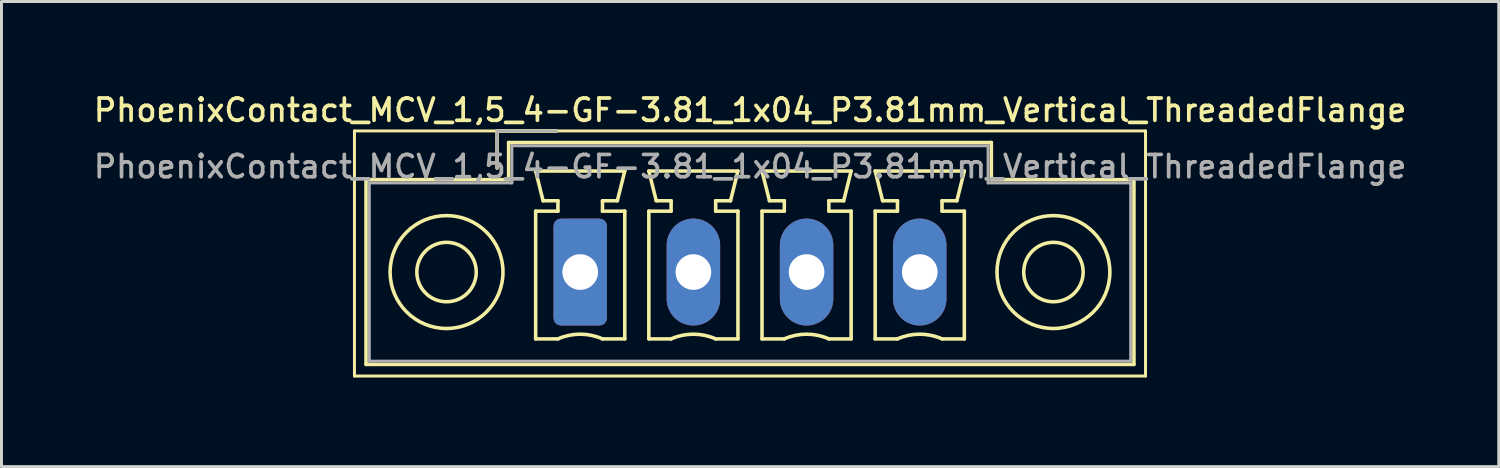
<source format=kicad_pcb>
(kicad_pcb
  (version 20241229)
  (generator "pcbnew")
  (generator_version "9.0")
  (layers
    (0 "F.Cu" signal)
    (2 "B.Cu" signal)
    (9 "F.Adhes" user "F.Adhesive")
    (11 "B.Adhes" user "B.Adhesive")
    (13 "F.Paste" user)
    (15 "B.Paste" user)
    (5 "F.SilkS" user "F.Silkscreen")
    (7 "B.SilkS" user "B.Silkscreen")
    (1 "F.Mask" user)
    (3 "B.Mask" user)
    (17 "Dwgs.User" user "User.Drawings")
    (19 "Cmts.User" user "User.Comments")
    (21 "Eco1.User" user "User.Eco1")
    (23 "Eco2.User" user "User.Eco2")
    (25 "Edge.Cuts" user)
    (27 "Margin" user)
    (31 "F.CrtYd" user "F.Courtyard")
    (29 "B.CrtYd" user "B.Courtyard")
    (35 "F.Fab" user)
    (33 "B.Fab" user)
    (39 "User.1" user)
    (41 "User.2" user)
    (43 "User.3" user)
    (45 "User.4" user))
  (footprint "PhoenixContact_MCV_1,5_4-GF-3.81_1x04_P3.81mm_Vertical_ThreadedFlange"
    (layer "F.Cu")
    (at 16.482 6.108)
    (property "Reference" "PhoenixContact_MCV_1,5_4-GF-3.81_1x04_P3.81mm_Vertical_ThreadedFlange" (at 5.72 -5.45 0) (layer "F.SilkS") (effects (font (size 0.75 0.75) (thickness 0.125))))
    (attr through_hole)
    (fp_line (start -7.6 -4.75) (end -7.6 3.5) (stroke (width 0.1) (type solid)) (layer "F.SilkS"))
    (fp_line (start -7.6 3.5) (end 19.03 3.5) (stroke (width 0.1) (type solid)) (layer "F.SilkS"))
    (fp_line (start -7.21 -3.11) (end -7.21 3.11) (stroke (width 0.12) (type solid)) (layer "F.SilkS"))
    (fp_line (start -7.21 3.11) (end 18.64 3.11) (stroke (width 0.12) (type solid)) (layer "F.SilkS"))
    (fp_line (start -2.8 -4.75) (end -0.8 -4.75) (stroke (width 0.12) (type solid)) (layer "F.SilkS"))
    (fp_line (start -2.8 -3.5) (end -2.8 -4.75) (stroke (width 0.12) (type solid)) (layer "F.SilkS"))
    (fp_line (start -2.41 -4.36) (end -2.41 -3.11) (stroke (width 0.12) (type solid)) (layer "F.SilkS"))
    (fp_line (start -2.41 -3.11) (end -7.21 -3.11) (stroke (width 0.12) (type solid)) (layer "F.SilkS"))
    (fp_line (start -1.5 -3.4) (end 1.5 -3.4) (stroke (width 0.12) (type solid)) (layer "F.SilkS"))
    (fp_line (start -1.5 -2.05) (end -0.75 -2.05) (stroke (width 0.12) (type solid)) (layer "F.SilkS"))
    (fp_line (start -1.5 2.25) (end -1.5 -2.05) (stroke (width 0.12) (type solid)) (layer "F.SilkS"))
    (fp_line (start -1.25 -2.4) (end -1.5 -3.4) (stroke (width 0.12) (type solid)) (layer "F.SilkS"))
    (fp_line (start -0.75 -2.4) (end -1.25 -2.4) (stroke (width 0.12) (type solid)) (layer "F.SilkS"))
    (fp_line (start -0.75 -2.05) (end -0.75 -2.4) (stroke (width 0.12) (type solid)) (layer "F.SilkS"))
    (fp_line (start -0.75 2.25) (end -1.5 2.25) (stroke (width 0.12) (type solid)) (layer "F.SilkS"))
    (fp_line (start 0.75 -2.4) (end 0.75 -2.05) (stroke (width 0.12) (type solid)) (layer "F.SilkS"))
    (fp_line (start 0.75 -2.05) (end 1.5 -2.05) (stroke (width 0.12) (type solid)) (layer "F.SilkS"))
    (fp_line (start 1.25 -2.4) (end 0.75 -2.4) (stroke (width 0.12) (type solid)) (layer "F.SilkS"))
    (fp_line (start 1.5 -3.4) (end 1.25 -2.4) (stroke (width 0.12) (type solid)) (layer "F.SilkS"))
    (fp_line (start 1.5 -2.05) (end 1.5 2.25) (stroke (width 0.12) (type solid)) (layer "F.SilkS"))
    (fp_line (start 1.5 2.25) (end 0.75 2.25) (stroke (width 0.12) (type solid)) (layer "F.SilkS"))
    (fp_line (start 2.31 -3.4) (end 5.31 -3.4) (stroke (width 0.12) (type solid)) (layer "F.SilkS"))
    (fp_line (start 2.31 -2.05) (end 3.06 -2.05) (stroke (width 0.12) (type solid)) (layer "F.SilkS"))
    (fp_line (start 2.31 2.25) (end 2.31 -2.05) (stroke (width 0.12) (type solid)) (layer "F.SilkS"))
    (fp_line (start 2.56 -2.4) (end 2.31 -3.4) (stroke (width 0.12) (type solid)) (layer "F.SilkS"))
    (fp_line (start 3.06 -2.4) (end 2.56 -2.4) (stroke (width 0.12) (type solid)) (layer "F.SilkS"))
    (fp_line (start 3.06 -2.05) (end 3.06 -2.4) (stroke (width 0.12) (type solid)) (layer "F.SilkS"))
    (fp_line (start 3.06 2.25) (end 2.31 2.25) (stroke (width 0.12) (type solid)) (layer "F.SilkS"))
    (fp_line (start 4.56 -2.4) (end 4.56 -2.05) (stroke (width 0.12) (type solid)) (layer "F.SilkS"))
    (fp_line (start 4.56 -2.05) (end 5.31 -2.05) (stroke (width 0.12) (type solid)) (layer "F.SilkS"))
    (fp_line (start 5.06 -2.4) (end 4.56 -2.4) (stroke (width 0.12) (type solid)) (layer "F.SilkS"))
    (fp_line (start 5.31 -3.4) (end 5.06 -2.4) (stroke (width 0.12) (type solid)) (layer "F.SilkS"))
    (fp_line (start 5.31 -2.05) (end 5.31 2.25) (stroke (width 0.12) (type solid)) (layer "F.SilkS"))
    (fp_line (start 5.31 2.25) (end 4.56 2.25) (stroke (width 0.12) (type solid)) (layer "F.SilkS"))
    (fp_line (start 6.12 -3.4) (end 9.12 -3.4) (stroke (width 0.12) (type solid)) (layer "F.SilkS"))
    (fp_line (start 6.12 -2.05) (end 6.87 -2.05) (stroke (width 0.12) (type solid)) (layer "F.SilkS"))
    (fp_line (start 6.12 2.25) (end 6.12 -2.05) (stroke (width 0.12) (type solid)) (layer "F.SilkS"))
    (fp_line (start 6.37 -2.4) (end 6.12 -3.4) (stroke (width 0.12) (type solid)) (layer "F.SilkS"))
    (fp_line (start 6.87 -2.4) (end 6.37 -2.4) (stroke (width 0.12) (type solid)) (layer "F.SilkS"))
    (fp_line (start 6.87 -2.05) (end 6.87 -2.4) (stroke (width 0.12) (type solid)) (layer "F.SilkS"))
    (fp_line (start 6.87 2.25) (end 6.12 2.25) (stroke (width 0.12) (type solid)) (layer "F.SilkS"))
    (fp_line (start 8.37 -2.4) (end 8.37 -2.05) (stroke (width 0.12) (type solid)) (layer "F.SilkS"))
    (fp_line (start 8.37 -2.05) (end 9.12 -2.05) (stroke (width 0.12) (type solid)) (layer "F.SilkS"))
    (fp_line (start 8.87 -2.4) (end 8.37 -2.4) (stroke (width 0.12) (type solid)) (layer "F.SilkS"))
    (fp_line (start 9.12 -3.4) (end 8.87 -2.4) (stroke (width 0.12) (type solid)) (layer "F.SilkS"))
    (fp_line (start 9.12 -2.05) (end 9.12 2.25) (stroke (width 0.12) (type solid)) (layer "F.SilkS"))
    (fp_line (start 9.12 2.25) (end 8.37 2.25) (stroke (width 0.12) (type solid)) (layer "F.SilkS"))
    (fp_line (start 9.93 -3.4) (end 12.93 -3.4) (stroke (width 0.12) (type solid)) (layer "F.SilkS"))
    (fp_line (start 9.93 -2.05) (end 10.68 -2.05) (stroke (width 0.12) (type solid)) (layer "F.SilkS"))
    (fp_line (start 9.93 2.25) (end 9.93 -2.05) (stroke (width 0.12) (type solid)) (layer "F.SilkS"))
    (fp_line (start 10.18 -2.4) (end 9.93 -3.4) (stroke (width 0.12) (type solid)) (layer "F.SilkS"))
    (fp_line (start 10.68 -2.4) (end 10.18 -2.4) (stroke (width 0.12) (type solid)) (layer "F.SilkS"))
    (fp_line (start 10.68 -2.05) (end 10.68 -2.4) (stroke (width 0.12) (type solid)) (layer "F.SilkS"))
    (fp_line (start 10.68 2.25) (end 9.93 2.25) (stroke (width 0.12) (type solid)) (layer "F.SilkS"))
    (fp_line (start 12.18 -2.4) (end 12.18 -2.05) (stroke (width 0.12) (type solid)) (layer "F.SilkS"))
    (fp_line (start 12.18 -2.05) (end 12.93 -2.05) (stroke (width 0.12) (type solid)) (layer "F.SilkS"))
    (fp_line (start 12.68 -2.4) (end 12.18 -2.4) (stroke (width 0.12) (type solid)) (layer "F.SilkS"))
    (fp_line (start 12.93 -3.4) (end 12.68 -2.4) (stroke (width 0.12) (type solid)) (layer "F.SilkS"))
    (fp_line (start 12.93 -2.05) (end 12.93 2.25) (stroke (width 0.12) (type solid)) (layer "F.SilkS"))
    (fp_line (start 12.93 2.25) (end 12.18 2.25) (stroke (width 0.12) (type solid)) (layer "F.SilkS"))
    (fp_line (start 13.84 -4.36) (end -2.41 -4.36) (stroke (width 0.12) (type solid)) (layer "F.SilkS"))
    (fp_line (start 13.84 -3.11) (end 13.84 -4.36) (stroke (width 0.12) (type solid)) (layer "F.SilkS"))
    (fp_line (start 18.64 -3.11) (end 13.84 -3.11) (stroke (width 0.12) (type solid)) (layer "F.SilkS"))
    (fp_line (start 18.64 3.11) (end 18.64 -3.11) (stroke (width 0.12) (type solid)) (layer "F.SilkS"))
    (fp_line (start 19.03 -4.75) (end -7.6 -4.75) (stroke (width 0.1) (type solid)) (layer "F.SilkS"))
    (fp_line (start 19.03 3.5) (end 19.03 -4.75) (stroke (width 0.1) (type solid)) (layer "F.SilkS"))
    (fp_arc (start -0.75 2.25) (mid -0.000193 2.09191) (end 0.749647 2.249844) (stroke (width 0.12) (type solid)) (layer "F.SilkS"))
    (fp_arc (start 3.06 2.25) (mid 3.809807 2.09191) (end 4.559647 2.249844) (stroke (width 0.12) (type solid)) (layer "F.SilkS"))
    (fp_arc (start 6.87 2.25) (mid 7.619807 2.09191) (end 8.369647 2.249844) (stroke (width 0.12) (type solid)) (layer "F.SilkS"))
    (fp_arc (start 10.68 2.25) (mid 11.429807 2.09191) (end 12.179647 2.249844) (stroke (width 0.12) (type solid)) (layer "F.SilkS"))
    (fp_circle (center -4.5 0) (end -3.5 0) (stroke (width 0.12) (type solid)) (fill no) (layer "F.SilkS"))
    (fp_circle (center -4.5 0) (end -2.6 0) (stroke (width 0.12) (type solid)) (fill no) (layer "F.SilkS"))
    (fp_circle (center 15.93 0) (end 16.93 0) (stroke (width 0.12) (type solid)) (fill no) (layer "F.SilkS"))
    (fp_circle (center 15.93 0) (end 17.83 0) (stroke (width 0.12) (type solid)) (fill no) (layer "F.SilkS"))
    (fp_line (start -7.1 -3) (end -7.1 3) (stroke (width 0.1) (type solid)) (layer "F.Fab"))
    (fp_line (start -7.1 3) (end 18.53 3) (stroke (width 0.1) (type solid)) (layer "F.Fab"))
    (fp_line (start -2.8 -4.75) (end -0.8 -4.75) (stroke (width 0.1) (type solid)) (layer "F.Fab"))
    (fp_line (start -2.8 -3.5) (end -2.8 -4.75) (stroke (width 0.1) (type solid)) (layer "F.Fab"))
    (fp_line (start -2.3 -4.25) (end -2.3 -3) (stroke (width 0.1) (type solid)) (layer "F.Fab"))
    (fp_line (start -2.3 -3) (end -7.1 -3) (stroke (width 0.1) (type solid)) (layer "F.Fab"))
    (fp_line (start 13.73 -4.25) (end -2.3 -4.25) (stroke (width 0.1) (type solid)) (layer "F.Fab"))
    (fp_line (start 13.73 -3) (end 13.73 -4.25) (stroke (width 0.1) (type solid)) (layer "F.Fab"))
    (fp_line (start 18.53 -3) (end 13.73 -3) (stroke (width 0.1) (type solid)) (layer "F.Fab"))
    (fp_line (start 18.53 3) (end 18.53 -3) (stroke (width 0.1) (type solid)) (layer "F.Fab"))
    (fp_text user "${REFERENCE}" (at 5.72 -3.55 0) (layer "F.Fab") (effects (font (size 0.75 0.75) (thickness 0.125))))
    (pad "1" thru_hole roundrect (at 0 0) (size 1.8 3.6) (drill 1.2) (layers "*.Cu" "*.Mask") (roundrect_rratio 0.139))
    (pad "2" thru_hole oval (at 3.81 0) (size 1.8 3.6) (drill 1.2) (layers "*.Cu" "*.Mask"))
    (pad "3" thru_hole oval (at 7.62 0) (size 1.8 3.6) (drill 1.2) (layers "*.Cu" "*.Mask"))
    (pad "4" thru_hole oval (at 11.43 0) (size 1.8 3.6) (drill 1.2) (layers "*.Cu" "*.Mask")))
  (gr_rect
    (start -3 -3)
    (end 47.404 12.658)
    (stroke (width 0.1) (type default))
    (fill no)
    (layer "Edge.Cuts")))
</source>
